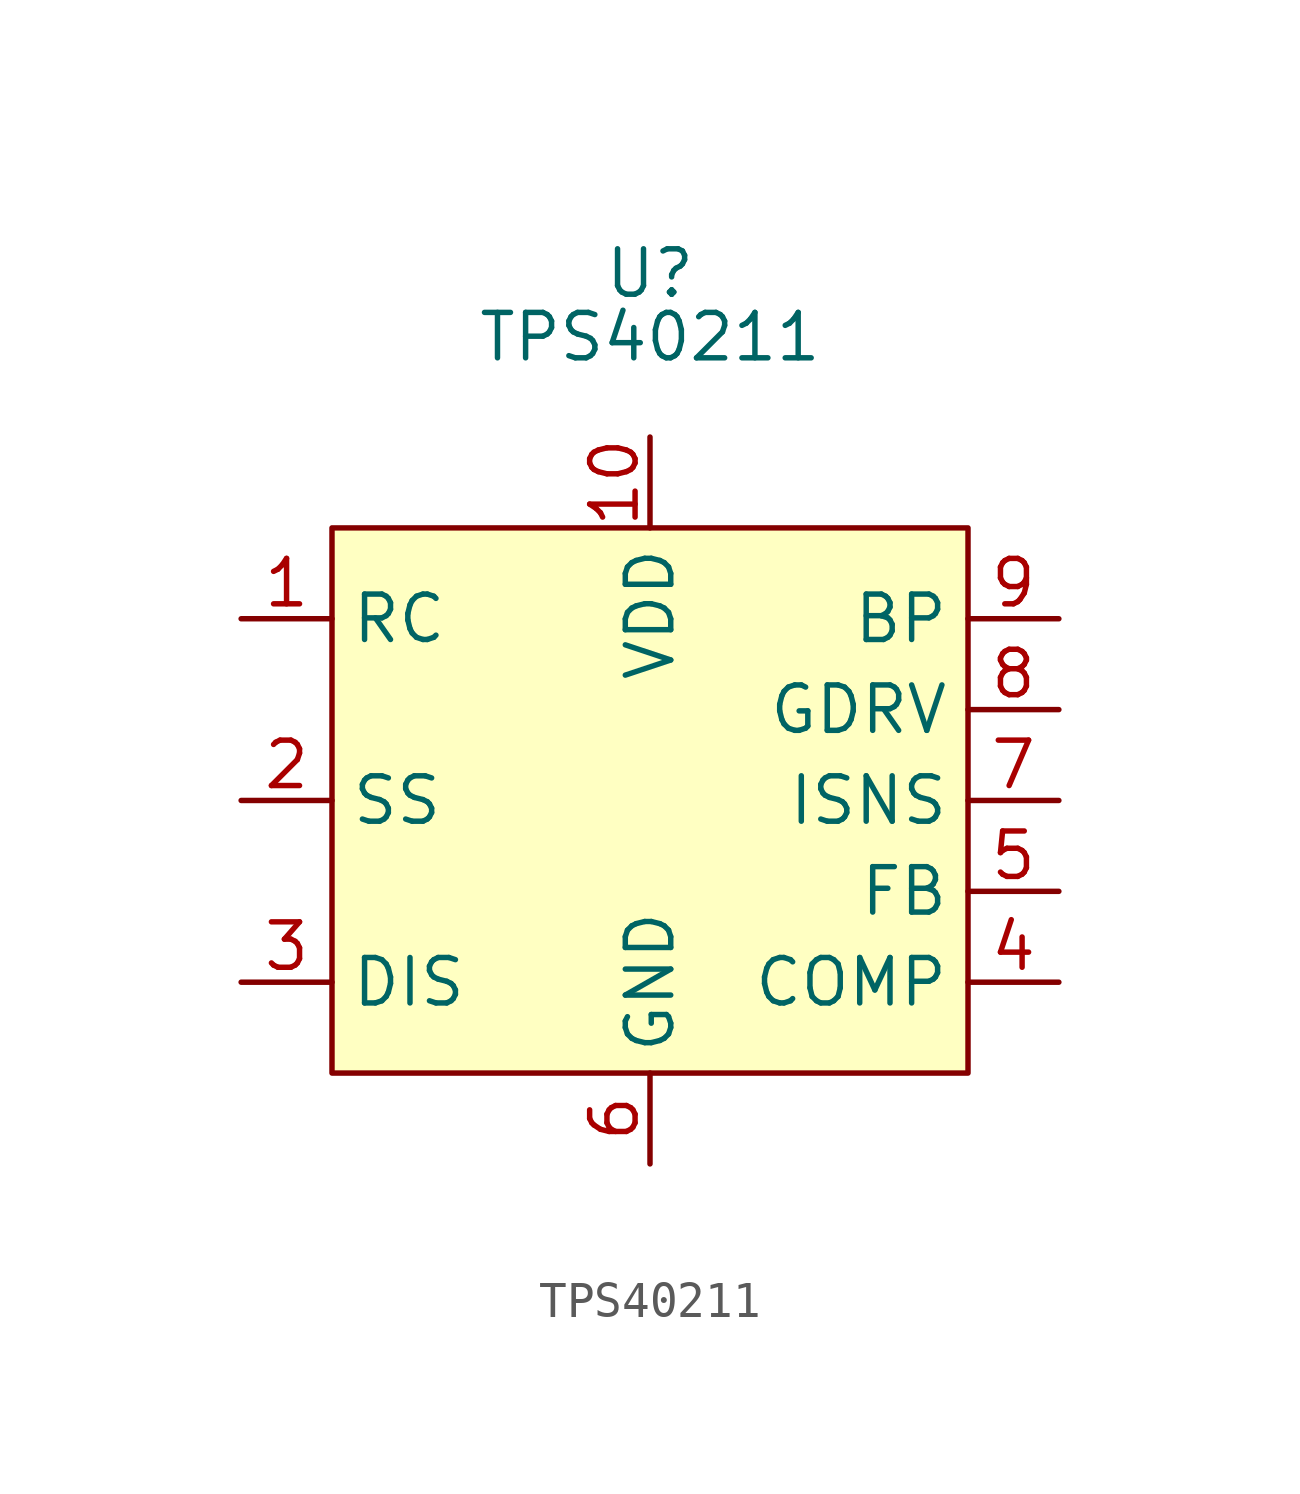
<source format=kicad_sym>
(kicad_symbol_lib
  (version 20241209)
  (generator "kicad_symbol_editor")
  (generator_version "9.0")
  (symbol "TPS40211"
    (property "Reference" "U"
      (at 0 14.732 0)
      (effects (font (size 1.27 1.27))))
    (property "Value" "TPS40211"
      (at 0 12.954 0)
      (effects (font (size 1.27 1.27))))
    (symbol "TPS40211_1_1"
      (rectangle (start -8.89 7.62) (end 8.89 -7.62) (stroke (width 0) (type solid)) (fill (type background)))
      (pin input line (at -11.43 5.08 0) (length 2.54) (name "RC" (effects (font (size 1.27 1.27)))) (number "1" (effects (font (size 1.27 1.27)))))
      (pin input line (at -11.43 0 0) (length 2.54) (name "SS" (effects (font (size 1.27 1.27)))) (number "2" (effects (font (size 1.27 1.27)))))
      (pin input line (at -11.43 -5.08 0) (length 2.54) (name "DIS" (effects (font (size 1.27 1.27)))) (number "3" (effects (font (size 1.27 1.27)))))
      (pin power_in line (at 0 10.16 270) (length 2.54) (name "VDD" (effects (font (size 1.27 1.27)))) (number "10" (effects (font (size 1.27 1.27)))))
      (pin power_in line (at 0 -10.16 90) (length 2.54) (name "GND" (effects (font (size 1.27 1.27)))) (number "6" (effects (font (size 1.27 1.27)))))
      (pin output line (at 11.43 5.08 180) (length 2.54) (name "BP" (effects (font (size 1.27 1.27)))) (number "9" (effects (font (size 1.27 1.27)))))
      (pin output line (at 11.43 2.54 180) (length 2.54) (name "GDRV" (effects (font (size 1.27 1.27)))) (number "8" (effects (font (size 1.27 1.27)))))
      (pin input line (at 11.43 0 180) (length 2.54) (name "ISNS" (effects (font (size 1.27 1.27)))) (number "7" (effects (font (size 1.27 1.27)))))
      (pin input line (at 11.43 -2.54 180) (length 2.54) (name "FB" (effects (font (size 1.27 1.27)))) (number "5" (effects (font (size 1.27 1.27)))))
      (pin output line (at 11.43 -5.08 180) (length 2.54) (name "COMP" (effects (font (size 1.27 1.27)))) (number "4" (effects (font (size 1.27 1.27))))))))
</source>
